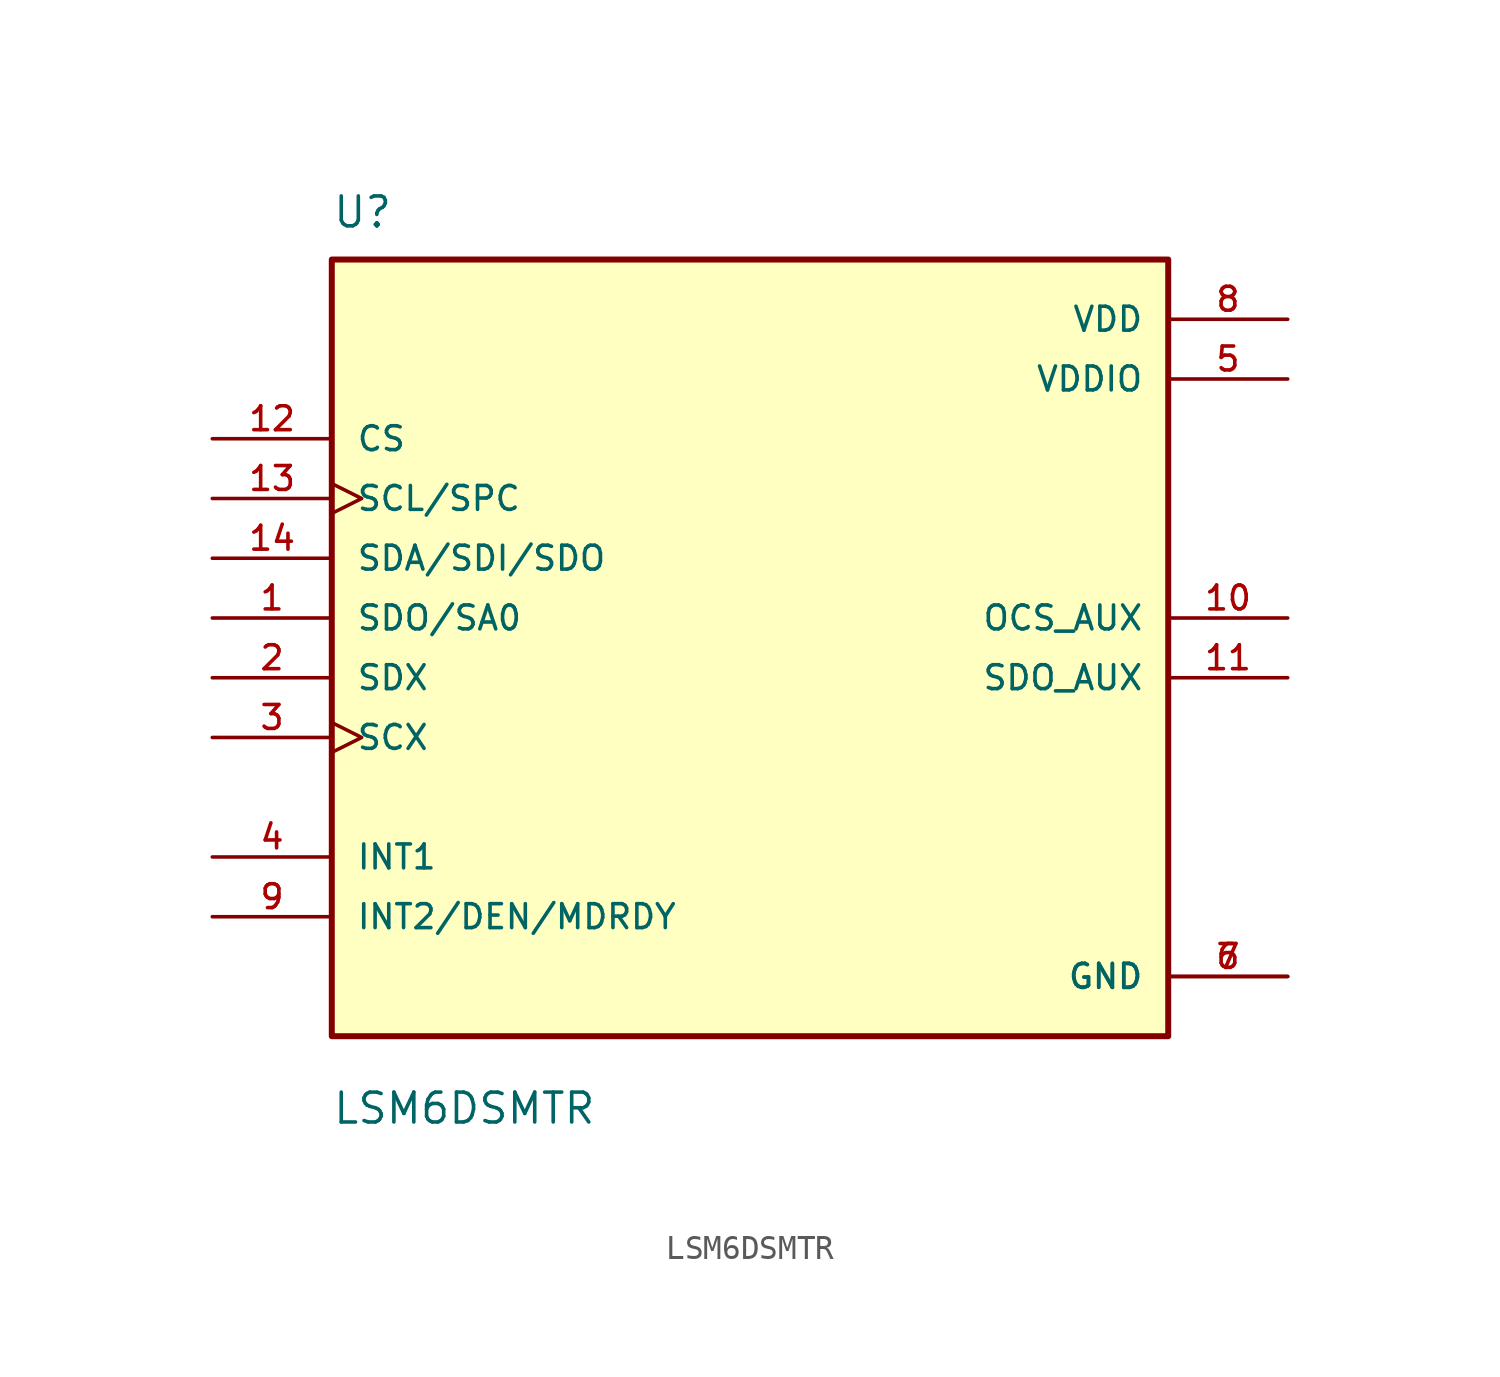
<source format=kicad_sym>
(kicad_symbol_lib
  (version 20211014)
  (generator kicad_symbol_editor)
  (symbol "LSM6DSMTR"
    (pin_names
      (offset 1.016))
    (property "Reference" "U"
      (at -17.78 16.51 0)
      (effects (font (size 1.27 1.27)) (justify bottom left)))
    (property "Value" "LSM6DSMTR"
      (at -17.78 -21.59 0)
      (effects (font (size 1.27 1.27)) (justify bottom left)))
    (symbol "LSM6DSMTR_0_0"
      (rectangle (start -17.78 -17.78) (end 17.78 15.24) (stroke (width 0.254)) (fill (type background)))
      (pin bidirectional line (at -22.86 -2.54 0) (length 5.08) (name "SDX" (effects (font (size 1.016 1.016)))) (number "2" (effects (font (size 1.016 1.016)))))
      (pin bidirectional clock (at -22.86 -5.08 0) (length 5.08) (name "SCX" (effects (font (size 1.016 1.016)))) (number "3" (effects (font (size 1.016 1.016)))))
      (pin bidirectional line (at -22.86 0.0 0) (length 5.08) (name "SDO/SA0" (effects (font (size 1.016 1.016)))) (number "1" (effects (font (size 1.016 1.016)))))
      (pin input line (at -22.86 -10.16 0) (length 5.08) (name "INT1" (effects (font (size 1.016 1.016)))) (number "4" (effects (font (size 1.016 1.016)))))
      (pin input line (at -22.86 -12.7 0) (length 5.08) (name "INT2/DEN/MDRDY" (effects (font (size 1.016 1.016)))) (number "9" (effects (font (size 1.016 1.016)))))
      (pin power_in line (at 22.86 12.7 180.0) (length 5.08) (name "VDD" (effects (font (size 1.016 1.016)))) (number "8" (effects (font (size 1.016 1.016)))))
      (pin power_in line (at 22.86 10.16 180.0) (length 5.08) (name "VDDIO" (effects (font (size 1.016 1.016)))) (number "5" (effects (font (size 1.016 1.016)))))
      (pin power_in line (at 22.86 -15.24 180.0) (length 5.08) (name "GND" (effects (font (size 1.016 1.016)))) (number "6" (effects (font (size 1.016 1.016)))))
      (pin power_in line (at 22.86 -15.24 180.0) (length 5.08) (name "GND" (effects (font (size 1.016 1.016)))) (number "7" (effects (font (size 1.016 1.016)))))
      (pin input line (at 22.86 0.0 180.0) (length 5.08) (name "OCS_AUX" (effects (font (size 1.016 1.016)))) (number "10" (effects (font (size 1.016 1.016)))))
      (pin bidirectional line (at 22.86 -2.54 180.0) (length 5.08) (name "SDO_AUX" (effects (font (size 1.016 1.016)))) (number "11" (effects (font (size 1.016 1.016)))))
      (pin input clock (at -22.86 5.08 0) (length 5.08) (name "SCL/SPC" (effects (font (size 1.016 1.016)))) (number "13" (effects (font (size 1.016 1.016)))))
      (pin bidirectional line (at -22.86 2.54 0) (length 5.08) (name "SDA/SDI/SDO" (effects (font (size 1.016 1.016)))) (number "14" (effects (font (size 1.016 1.016)))))
      (pin input line (at -22.86 7.62 0) (length 5.08) (name "CS" (effects (font (size 1.016 1.016)))) (number "12" (effects (font (size 1.016 1.016))))))))
</source>
